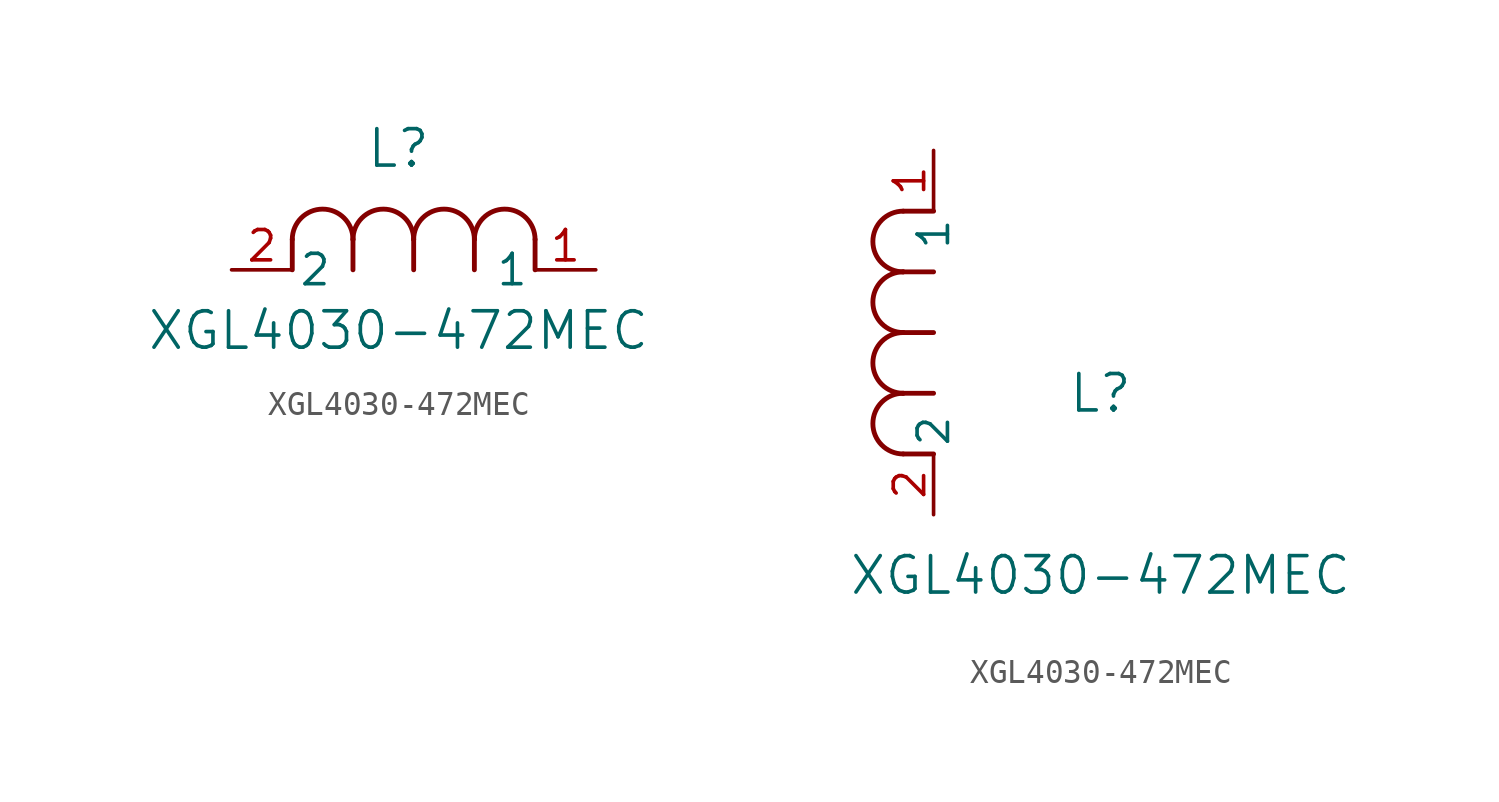
<source format=kicad_sym>
(kicad_symbol_lib
  (version 20211014)
  (generator kicad_symbol_editor)
  (symbol "XGL4030-472MEC"
    (pin_names
      (offset 0.254))
    (property "Reference" "L"
      (at 6.985 5.08 0)
      (effects (font (size 1.524 1.524))))
    (property "Value" "XGL4030-472MEC"
      (at 6.985 -2.54 0)
      (effects (font (size 1.524 1.524))))
    (symbol "XGL4030-472MEC_1_1"
      (arc (start 7.62 1.27) (mid 6.35 2.54) (end 5.08 1.27) (stroke (width 0.2032) (type default) (color 0 0 0 0)) (fill (type none)))
      (polyline (pts (xy 5.08 0) (xy 5.08 1.27)) (stroke (width 0.203) (type default) (color 0 0 0 0)) (fill (type none)))
      (polyline (pts (xy 7.62 0) (xy 7.62 1.27)) (stroke (width 0.203) (type default) (color 0 0 0 0)) (fill (type none)))
      (polyline (pts (xy 12.7 0) (xy 12.7 1.27)) (stroke (width 0.203) (type default) (color 0 0 0 0)) (fill (type none)))
      (arc (start 5.08 1.27) (mid 3.81 2.54) (end 2.54 1.27) (stroke (width 0.2032) (type default) (color 0 0 0 0)) (fill (type none)))
      (arc (start 10.16 1.27) (mid 8.89 2.54) (end 7.62 1.27) (stroke (width 0.2032) (type default) (color 0 0 0 0)) (fill (type none)))
      (arc (start 12.7 1.27) (mid 11.43 2.54) (end 10.16 1.27) (stroke (width 0.2032) (type default) (color 0 0 0 0)) (fill (type none)))
      (polyline (pts (xy 2.54 0) (xy 2.54 1.27)) (stroke (width 0.203) (type default) (color 0 0 0 0)) (fill (type none)))
      (polyline (pts (xy 10.16 0) (xy 10.16 1.27)) (stroke (width 0.203) (type default) (color 0 0 0 0)) (fill (type none)))
      (pin unspecified line (at 0 0 0) (length 2.54) (name "2" (effects (font (size 1.27 1.27)))) (number "2" (effects (font (size 1.27 1.27)))))
      (pin unspecified line (at 15.24 0 180) (length 2.54) (name "1" (effects (font (size 1.27 1.27)))) (number "1" (effects (font (size 1.27 1.27))))))
    (symbol "XGL4030-472MEC_1_2"
      (arc (start -1.27 7.62) (mid -2.54 6.35) (end -1.27 5.08) (stroke (width 0.2032) (type default) (color 0 0 0 0)) (fill (type none)))
      (arc (start -1.27 5.08) (mid -2.54 3.81) (end -1.27 2.54) (stroke (width 0.2032) (type default) (color 0 0 0 0)) (fill (type none)))
      (arc (start -1.27 12.7) (mid -2.54 11.43) (end -1.27 10.16) (stroke (width 0.2032) (type default) (color 0 0 0 0)) (fill (type none)))
      (arc (start -1.27 10.16) (mid -2.54 8.89) (end -1.27 7.62) (stroke (width 0.2032) (type default) (color 0 0 0 0)) (fill (type none)))
      (polyline (pts (xy 0 7.62) (xy -1.27 7.62)) (stroke (width 0.203) (type default) (color 0 0 0 0)) (fill (type none)))
      (polyline (pts (xy 0 5.08) (xy -1.27 5.08)) (stroke (width 0.203) (type default) (color 0 0 0 0)) (fill (type none)))
      (polyline (pts (xy 0 12.7) (xy -1.27 12.7)) (stroke (width 0.203) (type default) (color 0 0 0 0)) (fill (type none)))
      (polyline (pts (xy 0 2.54) (xy -1.27 2.54)) (stroke (width 0.203) (type default) (color 0 0 0 0)) (fill (type none)))
      (polyline (pts (xy 0 10.16) (xy -1.27 10.16)) (stroke (width 0.203) (type default) (color 0 0 0 0)) (fill (type none)))
      (pin unspecified line (at 0 0 90) (length 2.54) (name "2" (effects (font (size 1.27 1.27)))) (number "2" (effects (font (size 1.27 1.27)))))
      (pin unspecified line (at 0 15.24 270) (length 2.54) (name "1" (effects (font (size 1.27 1.27)))) (number "1" (effects (font (size 1.27 1.27))))))))
</source>
